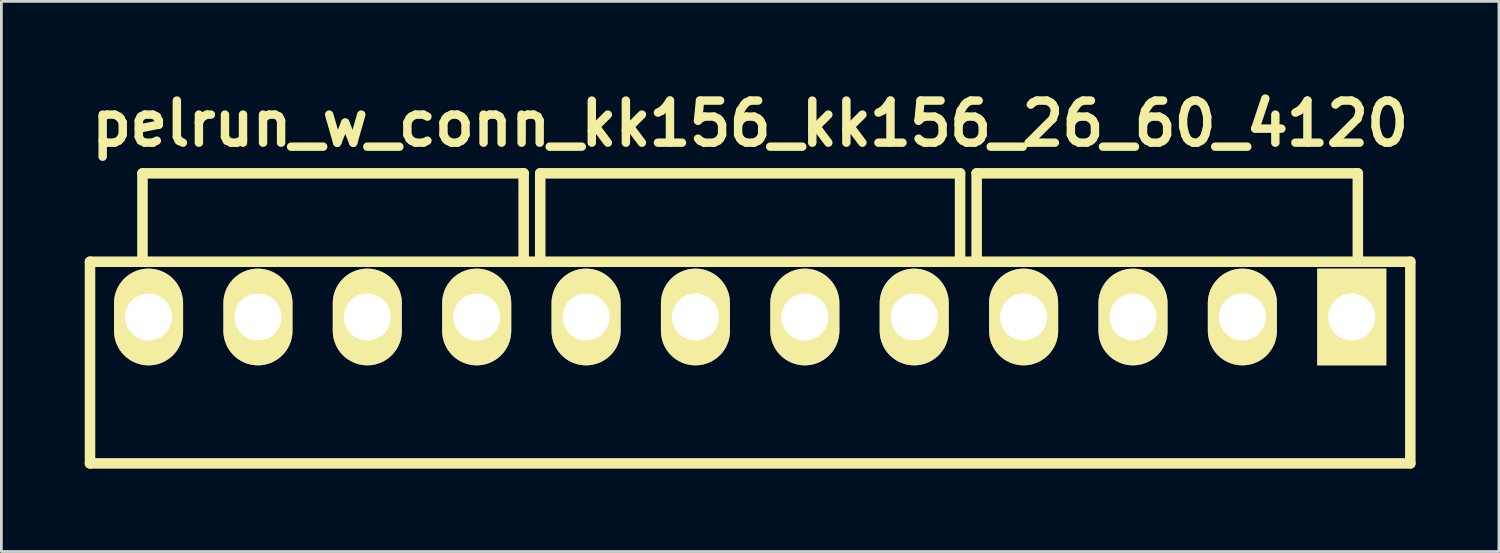
<source format=kicad_pcb>
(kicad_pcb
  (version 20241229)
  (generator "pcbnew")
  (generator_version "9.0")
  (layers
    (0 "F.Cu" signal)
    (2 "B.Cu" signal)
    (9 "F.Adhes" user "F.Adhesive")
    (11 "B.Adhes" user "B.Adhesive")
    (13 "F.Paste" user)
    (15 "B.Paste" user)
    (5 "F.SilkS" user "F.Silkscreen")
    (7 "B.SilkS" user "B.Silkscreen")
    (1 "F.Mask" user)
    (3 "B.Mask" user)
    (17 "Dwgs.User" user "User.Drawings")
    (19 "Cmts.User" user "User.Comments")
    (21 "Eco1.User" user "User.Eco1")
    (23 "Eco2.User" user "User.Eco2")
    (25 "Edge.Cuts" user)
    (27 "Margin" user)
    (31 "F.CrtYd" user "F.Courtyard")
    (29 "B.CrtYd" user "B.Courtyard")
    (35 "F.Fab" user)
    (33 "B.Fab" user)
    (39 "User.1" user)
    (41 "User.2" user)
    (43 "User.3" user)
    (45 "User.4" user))
  (footprint "pelrun_w_conn_kk156_kk156_26_60_4120"
    (layer "F.Cu")
    (at 24.108 8.426)
    (property "Reference" "pelrun_w_conn_kk156_kk156_26_60_4120" (at 0 -7 0) (layer "F.SilkS") (effects (font (size 1.524 1.524) (thickness 0.305))))
    (attr through_hole)
    (fp_line (start -23.9 -2) (end 23.9 -2) (stroke (width 0.381) (type solid)) (layer "F.SilkS"))
    (fp_line (start -23.9 5.3) (end -23.9 -2) (stroke (width 0.381) (type solid)) (layer "F.SilkS"))
    (fp_line (start -23.9 5.3) (end 23.9 5.3) (stroke (width 0.381) (type solid)) (layer "F.SilkS"))
    (fp_line (start -22 -2) (end -22 -5.2) (stroke (width 0.381) (type solid)) (layer "F.SilkS"))
    (fp_line (start -8.2 -5.2) (end -22 -5.2) (stroke (width 0.381) (type solid)) (layer "F.SilkS"))
    (fp_line (start -8.2 -2) (end -8.2 -5.2) (stroke (width 0.381) (type solid)) (layer "F.SilkS"))
    (fp_line (start -7.6 -5.2) (end 7.6 -5.2) (stroke (width 0.381) (type solid)) (layer "F.SilkS"))
    (fp_line (start -7.6 -2) (end -7.6 -5.2) (stroke (width 0.381) (type solid)) (layer "F.SilkS"))
    (fp_line (start 7.6 -5.2) (end 7.6 -2) (stroke (width 0.381) (type solid)) (layer "F.SilkS"))
    (fp_line (start 8.2 -5.2) (end 22 -5.2) (stroke (width 0.381) (type solid)) (layer "F.SilkS"))
    (fp_line (start 8.2 -2) (end 8.2 -5.2) (stroke (width 0.381) (type solid)) (layer "F.SilkS"))
    (fp_line (start 22 -5.2) (end 22 -2) (stroke (width 0.381) (type solid)) (layer "F.SilkS"))
    (fp_line (start 23.9 -2) (end 23.9 5.3) (stroke (width 0.381) (type solid)) (layer "F.SilkS"))
    (pad "1" thru_hole rect (at 21.78 0) (size 2.5 3.5) (drill 1.7) (layers "*.Cu" "*.Mask" "F.SilkS"))
    (pad "2" thru_hole oval (at 17.82 0) (size 2.5 3.5) (drill 1.7) (layers "*.Cu" "*.Mask" "F.SilkS"))
    (pad "3" thru_hole oval (at 13.86 0) (size 2.5 3.5) (drill 1.7) (layers "*.Cu" "*.Mask" "F.SilkS"))
    (pad "4" thru_hole oval (at 9.9 0) (size 2.5 3.5) (drill 1.7) (layers "*.Cu" "*.Mask" "F.SilkS"))
    (pad "5" thru_hole oval (at 5.94 0) (size 2.5 3.5) (drill 1.7) (layers "*.Cu" "*.Mask" "F.SilkS"))
    (pad "6" thru_hole oval (at 1.98 0) (size 2.5 3.5) (drill 1.7) (layers "*.Cu" "*.Mask" "F.SilkS"))
    (pad "7" thru_hole oval (at -1.98 0) (size 2.5 3.5) (drill 1.7) (layers "*.Cu" "*.Mask" "F.SilkS"))
    (pad "8" thru_hole oval (at -5.94 0) (size 2.5 3.5) (drill 1.7) (layers "*.Cu" "*.Mask" "F.SilkS"))
    (pad "9" thru_hole oval (at -9.9 0) (size 2.5 3.5) (drill 1.7) (layers "*.Cu" "*.Mask" "F.SilkS"))
    (pad "10" thru_hole oval (at -13.86 0) (size 2.5 3.5) (drill 1.7) (layers "*.Cu" "*.Mask" "F.SilkS"))
    (pad "11" thru_hole oval (at -17.82 0) (size 2.5 3.5) (drill 1.7) (layers "*.Cu" "*.Mask" "F.SilkS"))
    (pad "12" thru_hole oval (at -21.78 0) (size 2.5 3.5) (drill 1.7) (layers "*.Cu" "*.Mask" "F.SilkS")))
  (gr_rect
    (start -3 -3)
    (end 51.216 16.917)
    (stroke (width 0.1) (type default))
    (fill no)
    (layer "Edge.Cuts")))
</source>
